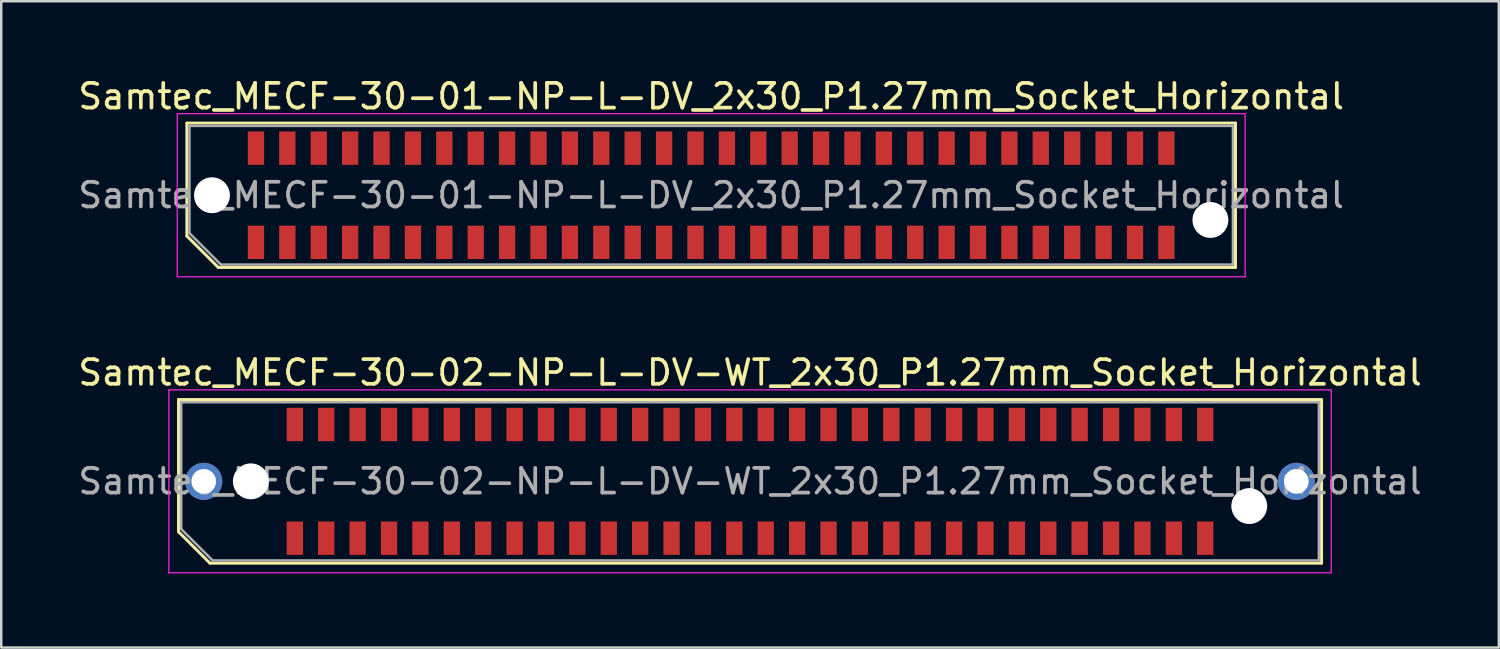
<source format=kicad_pcb>
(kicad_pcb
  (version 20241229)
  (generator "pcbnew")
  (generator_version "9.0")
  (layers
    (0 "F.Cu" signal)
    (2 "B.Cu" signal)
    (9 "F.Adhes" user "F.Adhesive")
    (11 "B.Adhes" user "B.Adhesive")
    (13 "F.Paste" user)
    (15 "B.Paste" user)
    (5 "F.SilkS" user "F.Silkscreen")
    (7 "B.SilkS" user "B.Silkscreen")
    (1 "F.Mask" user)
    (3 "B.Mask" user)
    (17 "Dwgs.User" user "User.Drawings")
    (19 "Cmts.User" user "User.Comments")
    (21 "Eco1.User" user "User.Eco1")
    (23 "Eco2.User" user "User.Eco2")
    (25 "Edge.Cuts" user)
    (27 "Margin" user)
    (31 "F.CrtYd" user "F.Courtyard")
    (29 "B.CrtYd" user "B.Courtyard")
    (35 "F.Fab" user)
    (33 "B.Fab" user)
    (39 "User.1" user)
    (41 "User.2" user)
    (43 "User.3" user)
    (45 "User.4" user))
  (footprint "Samtec_MECF-30-02-NP-L-DV-WT_2x30_P1.27mm_Socket_Horizontal"
    (layer "F.Cu")
    (at 27.292 16.422)
    (property "Reference" "Samtec_MECF-30-02-NP-L-DV-WT_2x30_P1.27mm_Socket_Horizontal" (at 0 -4.4 0) (layer "F.SilkS") (effects (font (size 1 1) (thickness 0.15))))
    (attr smd)
    (fp_line (start -23.12 -3.31) (end 23.12 -3.31) (stroke (width 0.12) (type solid)) (layer "F.SilkS"))
    (fp_line (start -23.12 2.04) (end -23.12 -3.31) (stroke (width 0.12) (type solid)) (layer "F.SilkS"))
    (fp_line (start -21.85 3.31) (end -23.12 2.04) (stroke (width 0.12) (type solid)) (layer "F.SilkS"))
    (fp_line (start -21.85 3.31) (end 23.12 3.31) (stroke (width 0.12) (type solid)) (layer "F.SilkS"))
    (fp_line (start 23.12 3.31) (end 23.12 -3.31) (stroke (width 0.12) (type solid)) (layer "F.SilkS"))
    (fp_line (start -23.51 -3.7) (end -23.51 3.7) (stroke (width 0.05) (type solid)) (layer "F.CrtYd"))
    (fp_line (start -23.51 3.7) (end 23.51 3.7) (stroke (width 0.05) (type solid)) (layer "F.CrtYd"))
    (fp_line (start 23.51 -3.7) (end -23.51 -3.7) (stroke (width 0.05) (type solid)) (layer "F.CrtYd"))
    (fp_line (start 23.51 3.7) (end 23.51 -3.7) (stroke (width 0.05) (type solid)) (layer "F.CrtYd"))
    (fp_line (start -23.01 -3.2) (end 23.01 -3.2) (stroke (width 0.1) (type solid)) (layer "F.Fab"))
    (fp_line (start -23.01 1.93) (end -23.01 -3.2) (stroke (width 0.1) (type solid)) (layer "F.Fab"))
    (fp_line (start -23.01 1.93) (end -21.74 3.2) (stroke (width 0.1) (type solid)) (layer "F.Fab"))
    (fp_line (start -21.74 3.2) (end 23.01 3.2) (stroke (width 0.1) (type solid)) (layer "F.Fab"))
    (fp_line (start 23.01 3.2) (end 23.01 -3.2) (stroke (width 0.1) (type solid)) (layer "F.Fab"))
    (fp_text user "${REFERENCE}" (at 0 0 0) (layer "F.Fab") (effects (font (size 1 1) (thickness 0.15))))
    (pad "" thru_hole circle (at -22.1 0) (size 1.5 1.5) (drill 1) (layers "*.Cu" "*.Mask"))
    (pad "" np_thru_hole circle (at -20.195 0) (size 1.45 1.45) (drill 1.45) (layers "*.Cu" "*.Mask"))
    (pad "" np_thru_hole circle (at 20.195 1) (size 1.45 1.45) (drill 1.45) (layers "*.Cu" "*.Mask"))
    (pad "" thru_hole circle (at 22.1 0) (size 1.5 1.5) (drill 1) (layers "*.Cu" "*.Mask"))
    (pad "1" smd rect (at -18.415 2.3) (size 0.66 1.35) (layers "F.Cu" "F.Mask" "F.Paste"))
    (pad "2" smd rect (at -18.415 -2.3) (size 0.66 1.35) (layers "F.Cu" "F.Mask" "F.Paste"))
    (pad "3" smd rect (at -17.145 2.3) (size 0.66 1.35) (layers "F.Cu" "F.Mask" "F.Paste"))
    (pad "4" smd rect (at -17.145 -2.3) (size 0.66 1.35) (layers "F.Cu" "F.Mask" "F.Paste"))
    (pad "5" smd rect (at -15.875 2.3) (size 0.66 1.35) (layers "F.Cu" "F.Mask" "F.Paste"))
    (pad "6" smd rect (at -15.875 -2.3) (size 0.66 1.35) (layers "F.Cu" "F.Mask" "F.Paste"))
    (pad "7" smd rect (at -14.605 2.3) (size 0.66 1.35) (layers "F.Cu" "F.Mask" "F.Paste"))
    (pad "8" smd rect (at -14.605 -2.3) (size 0.66 1.35) (layers "F.Cu" "F.Mask" "F.Paste"))
    (pad "9" smd rect (at -13.335 2.3) (size 0.66 1.35) (layers "F.Cu" "F.Mask" "F.Paste"))
    (pad "10" smd rect (at -13.335 -2.3) (size 0.66 1.35) (layers "F.Cu" "F.Mask" "F.Paste"))
    (pad "11" smd rect (at -12.065 2.3) (size 0.66 1.35) (layers "F.Cu" "F.Mask" "F.Paste"))
    (pad "12" smd rect (at -12.065 -2.3) (size 0.66 1.35) (layers "F.Cu" "F.Mask" "F.Paste"))
    (pad "13" smd rect (at -10.795 2.3) (size 0.66 1.35) (layers "F.Cu" "F.Mask" "F.Paste"))
    (pad "14" smd rect (at -10.795 -2.3) (size 0.66 1.35) (layers "F.Cu" "F.Mask" "F.Paste"))
    (pad "15" smd rect (at -9.525 2.3) (size 0.66 1.35) (layers "F.Cu" "F.Mask" "F.Paste"))
    (pad "16" smd rect (at -9.525 -2.3) (size 0.66 1.35) (layers "F.Cu" "F.Mask" "F.Paste"))
    (pad "17" smd rect (at -8.255 2.3) (size 0.66 1.35) (layers "F.Cu" "F.Mask" "F.Paste"))
    (pad "18" smd rect (at -8.255 -2.3) (size 0.66 1.35) (layers "F.Cu" "F.Mask" "F.Paste"))
    (pad "19" smd rect (at -6.985 2.3) (size 0.66 1.35) (layers "F.Cu" "F.Mask" "F.Paste"))
    (pad "20" smd rect (at -6.985 -2.3) (size 0.66 1.35) (layers "F.Cu" "F.Mask" "F.Paste"))
    (pad "21" smd rect (at -5.715 2.3) (size 0.66 1.35) (layers "F.Cu" "F.Mask" "F.Paste"))
    (pad "22" smd rect (at -5.715 -2.3) (size 0.66 1.35) (layers "F.Cu" "F.Mask" "F.Paste"))
    (pad "23" smd rect (at -4.445 2.3) (size 0.66 1.35) (layers "F.Cu" "F.Mask" "F.Paste"))
    (pad "24" smd rect (at -4.445 -2.3) (size 0.66 1.35) (layers "F.Cu" "F.Mask" "F.Paste"))
    (pad "25" smd rect (at -3.175 2.3) (size 0.66 1.35) (layers "F.Cu" "F.Mask" "F.Paste"))
    (pad "26" smd rect (at -3.175 -2.3) (size 0.66 1.35) (layers "F.Cu" "F.Mask" "F.Paste"))
    (pad "27" smd rect (at -1.905 2.3) (size 0.66 1.35) (layers "F.Cu" "F.Mask" "F.Paste"))
    (pad "28" smd rect (at -1.905 -2.3) (size 0.66 1.35) (layers "F.Cu" "F.Mask" "F.Paste"))
    (pad "29" smd rect (at -0.635 2.3) (size 0.66 1.35) (layers "F.Cu" "F.Mask" "F.Paste"))
    (pad "30" smd rect (at -0.635 -2.3) (size 0.66 1.35) (layers "F.Cu" "F.Mask" "F.Paste"))
    (pad "31" smd rect (at 0.635 2.3) (size 0.66 1.35) (layers "F.Cu" "F.Mask" "F.Paste"))
    (pad "32" smd rect (at 0.635 -2.3) (size 0.66 1.35) (layers "F.Cu" "F.Mask" "F.Paste"))
    (pad "33" smd rect (at 1.905 2.3) (size 0.66 1.35) (layers "F.Cu" "F.Mask" "F.Paste"))
    (pad "34" smd rect (at 1.905 -2.3) (size 0.66 1.35) (layers "F.Cu" "F.Mask" "F.Paste"))
    (pad "35" smd rect (at 3.175 2.3) (size 0.66 1.35) (layers "F.Cu" "F.Mask" "F.Paste"))
    (pad "36" smd rect (at 3.175 -2.3) (size 0.66 1.35) (layers "F.Cu" "F.Mask" "F.Paste"))
    (pad "37" smd rect (at 4.445 2.3) (size 0.66 1.35) (layers "F.Cu" "F.Mask" "F.Paste"))
    (pad "38" smd rect (at 4.445 -2.3) (size 0.66 1.35) (layers "F.Cu" "F.Mask" "F.Paste"))
    (pad "39" smd rect (at 5.715 2.3) (size 0.66 1.35) (layers "F.Cu" "F.Mask" "F.Paste"))
    (pad "40" smd rect (at 5.715 -2.3) (size 0.66 1.35) (layers "F.Cu" "F.Mask" "F.Paste"))
    (pad "41" smd rect (at 6.985 2.3) (size 0.66 1.35) (layers "F.Cu" "F.Mask" "F.Paste"))
    (pad "42" smd rect (at 6.985 -2.3) (size 0.66 1.35) (layers "F.Cu" "F.Mask" "F.Paste"))
    (pad "43" smd rect (at 8.255 2.3) (size 0.66 1.35) (layers "F.Cu" "F.Mask" "F.Paste"))
    (pad "44" smd rect (at 8.255 -2.3) (size 0.66 1.35) (layers "F.Cu" "F.Mask" "F.Paste"))
    (pad "45" smd rect (at 9.525 2.3) (size 0.66 1.35) (layers "F.Cu" "F.Mask" "F.Paste"))
    (pad "46" smd rect (at 9.525 -2.3) (size 0.66 1.35) (layers "F.Cu" "F.Mask" "F.Paste"))
    (pad "47" smd rect (at 10.795 2.3) (size 0.66 1.35) (layers "F.Cu" "F.Mask" "F.Paste"))
    (pad "48" smd rect (at 10.795 -2.3) (size 0.66 1.35) (layers "F.Cu" "F.Mask" "F.Paste"))
    (pad "49" smd rect (at 12.065 2.3) (size 0.66 1.35) (layers "F.Cu" "F.Mask" "F.Paste"))
    (pad "50" smd rect (at 12.065 -2.3) (size 0.66 1.35) (layers "F.Cu" "F.Mask" "F.Paste"))
    (pad "51" smd rect (at 13.335 2.3) (size 0.66 1.35) (layers "F.Cu" "F.Mask" "F.Paste"))
    (pad "52" smd rect (at 13.335 -2.3) (size 0.66 1.35) (layers "F.Cu" "F.Mask" "F.Paste"))
    (pad "53" smd rect (at 14.605 2.3) (size 0.66 1.35) (layers "F.Cu" "F.Mask" "F.Paste"))
    (pad "54" smd rect (at 14.605 -2.3) (size 0.66 1.35) (layers "F.Cu" "F.Mask" "F.Paste"))
    (pad "55" smd rect (at 15.875 2.3) (size 0.66 1.35) (layers "F.Cu" "F.Mask" "F.Paste"))
    (pad "56" smd rect (at 15.875 -2.3) (size 0.66 1.35) (layers "F.Cu" "F.Mask" "F.Paste"))
    (pad "57" smd rect (at 17.145 2.3) (size 0.66 1.35) (layers "F.Cu" "F.Mask" "F.Paste"))
    (pad "58" smd rect (at 17.145 -2.3) (size 0.66 1.35) (layers "F.Cu" "F.Mask" "F.Paste"))
    (pad "59" smd rect (at 18.415 2.3) (size 0.66 1.35) (layers "F.Cu" "F.Mask" "F.Paste"))
    (pad "60" smd rect (at 18.415 -2.3) (size 0.66 1.35) (layers "F.Cu" "F.Mask" "F.Paste")))
  (footprint "Samtec_MECF-30-01-NP-L-DV_2x30_P1.27mm_Socket_Horizontal"
    (layer "F.Cu")
    (at 25.72 4.848)
    (property "Reference" "Samtec_MECF-30-01-NP-L-DV_2x30_P1.27mm_Socket_Horizontal" (at 0 -4 0) (layer "F.SilkS") (effects (font (size 1 1) (thickness 0.15))))
    (attr smd)
    (fp_line (start -21.21 -2.92) (end 21.21 -2.92) (stroke (width 0.12) (type solid)) (layer "F.SilkS"))
    (fp_line (start -21.21 1.65) (end -21.21 -2.92) (stroke (width 0.12) (type solid)) (layer "F.SilkS"))
    (fp_line (start -19.94 2.92) (end -21.21 1.65) (stroke (width 0.12) (type solid)) (layer "F.SilkS"))
    (fp_line (start -19.94 2.92) (end 21.21 2.92) (stroke (width 0.12) (type solid)) (layer "F.SilkS"))
    (fp_line (start 21.21 2.92) (end 21.21 -2.92) (stroke (width 0.12) (type solid)) (layer "F.SilkS"))
    (fp_line (start -21.6 -3.3) (end -21.6 3.3) (stroke (width 0.05) (type solid)) (layer "F.CrtYd"))
    (fp_line (start -21.6 3.3) (end 21.6 3.3) (stroke (width 0.05) (type solid)) (layer "F.CrtYd"))
    (fp_line (start 21.6 -3.3) (end -21.6 -3.3) (stroke (width 0.05) (type solid)) (layer "F.CrtYd"))
    (fp_line (start 21.6 3.3) (end 21.6 -3.3) (stroke (width 0.05) (type solid)) (layer "F.CrtYd"))
    (fp_line (start -21.105 -2.805) (end 21.105 -2.805) (stroke (width 0.1) (type solid)) (layer "F.Fab"))
    (fp_line (start -21.105 1.535) (end -21.105 -2.805) (stroke (width 0.1) (type solid)) (layer "F.Fab"))
    (fp_line (start -21.105 1.535) (end -19.835 2.805) (stroke (width 0.1) (type solid)) (layer "F.Fab"))
    (fp_line (start -19.835 2.805) (end 21.105 2.805) (stroke (width 0.1) (type solid)) (layer "F.Fab"))
    (fp_line (start 21.105 2.805) (end 21.105 -2.805) (stroke (width 0.1) (type solid)) (layer "F.Fab"))
    (fp_text user "${REFERENCE}" (at 0 0 0) (layer "F.Fab") (effects (font (size 1 1) (thickness 0.15))))
    (pad "" np_thru_hole circle (at -20.195 0) (size 1.45 1.45) (drill 1.45) (layers "*.Cu" "*.Mask"))
    (pad "" np_thru_hole circle (at 20.195 1) (size 1.45 1.45) (drill 1.45) (layers "*.Cu" "*.Mask"))
    (pad "1" smd rect (at -18.415 1.905) (size 0.66 1.35) (layers "F.Cu" "F.Mask" "F.Paste"))
    (pad "2" smd rect (at -18.415 -1.905) (size 0.66 1.35) (layers "F.Cu" "F.Mask" "F.Paste"))
    (pad "3" smd rect (at -17.145 1.905) (size 0.66 1.35) (layers "F.Cu" "F.Mask" "F.Paste"))
    (pad "4" smd rect (at -17.145 -1.905) (size 0.66 1.35) (layers "F.Cu" "F.Mask" "F.Paste"))
    (pad "5" smd rect (at -15.875 1.905) (size 0.66 1.35) (layers "F.Cu" "F.Mask" "F.Paste"))
    (pad "6" smd rect (at -15.875 -1.905) (size 0.66 1.35) (layers "F.Cu" "F.Mask" "F.Paste"))
    (pad "7" smd rect (at -14.605 1.905) (size 0.66 1.35) (layers "F.Cu" "F.Mask" "F.Paste"))
    (pad "8" smd rect (at -14.605 -1.905) (size 0.66 1.35) (layers "F.Cu" "F.Mask" "F.Paste"))
    (pad "9" smd rect (at -13.335 1.905) (size 0.66 1.35) (layers "F.Cu" "F.Mask" "F.Paste"))
    (pad "10" smd rect (at -13.335 -1.905) (size 0.66 1.35) (layers "F.Cu" "F.Mask" "F.Paste"))
    (pad "11" smd rect (at -12.065 1.905) (size 0.66 1.35) (layers "F.Cu" "F.Mask" "F.Paste"))
    (pad "12" smd rect (at -12.065 -1.905) (size 0.66 1.35) (layers "F.Cu" "F.Mask" "F.Paste"))
    (pad "13" smd rect (at -10.795 1.905) (size 0.66 1.35) (layers "F.Cu" "F.Mask" "F.Paste"))
    (pad "14" smd rect (at -10.795 -1.905) (size 0.66 1.35) (layers "F.Cu" "F.Mask" "F.Paste"))
    (pad "15" smd rect (at -9.525 1.905) (size 0.66 1.35) (layers "F.Cu" "F.Mask" "F.Paste"))
    (pad "16" smd rect (at -9.525 -1.905) (size 0.66 1.35) (layers "F.Cu" "F.Mask" "F.Paste"))
    (pad "17" smd rect (at -8.255 1.905) (size 0.66 1.35) (layers "F.Cu" "F.Mask" "F.Paste"))
    (pad "18" smd rect (at -8.255 -1.905) (size 0.66 1.35) (layers "F.Cu" "F.Mask" "F.Paste"))
    (pad "19" smd rect (at -6.985 1.905) (size 0.66 1.35) (layers "F.Cu" "F.Mask" "F.Paste"))
    (pad "20" smd rect (at -6.985 -1.905) (size 0.66 1.35) (layers "F.Cu" "F.Mask" "F.Paste"))
    (pad "21" smd rect (at -5.715 1.905) (size 0.66 1.35) (layers "F.Cu" "F.Mask" "F.Paste"))
    (pad "22" smd rect (at -5.715 -1.905) (size 0.66 1.35) (layers "F.Cu" "F.Mask" "F.Paste"))
    (pad "23" smd rect (at -4.445 1.905) (size 0.66 1.35) (layers "F.Cu" "F.Mask" "F.Paste"))
    (pad "24" smd rect (at -4.445 -1.905) (size 0.66 1.35) (layers "F.Cu" "F.Mask" "F.Paste"))
    (pad "25" smd rect (at -3.175 1.905) (size 0.66 1.35) (layers "F.Cu" "F.Mask" "F.Paste"))
    (pad "26" smd rect (at -3.175 -1.905) (size 0.66 1.35) (layers "F.Cu" "F.Mask" "F.Paste"))
    (pad "27" smd rect (at -1.905 1.905) (size 0.66 1.35) (layers "F.Cu" "F.Mask" "F.Paste"))
    (pad "28" smd rect (at -1.905 -1.905) (size 0.66 1.35) (layers "F.Cu" "F.Mask" "F.Paste"))
    (pad "29" smd rect (at -0.635 1.905) (size 0.66 1.35) (layers "F.Cu" "F.Mask" "F.Paste"))
    (pad "30" smd rect (at -0.635 -1.905) (size 0.66 1.35) (layers "F.Cu" "F.Mask" "F.Paste"))
    (pad "31" smd rect (at 0.635 1.905) (size 0.66 1.35) (layers "F.Cu" "F.Mask" "F.Paste"))
    (pad "32" smd rect (at 0.635 -1.905) (size 0.66 1.35) (layers "F.Cu" "F.Mask" "F.Paste"))
    (pad "33" smd rect (at 1.905 1.905) (size 0.66 1.35) (layers "F.Cu" "F.Mask" "F.Paste"))
    (pad "34" smd rect (at 1.905 -1.905) (size 0.66 1.35) (layers "F.Cu" "F.Mask" "F.Paste"))
    (pad "35" smd rect (at 3.175 1.905) (size 0.66 1.35) (layers "F.Cu" "F.Mask" "F.Paste"))
    (pad "36" smd rect (at 3.175 -1.905) (size 0.66 1.35) (layers "F.Cu" "F.Mask" "F.Paste"))
    (pad "37" smd rect (at 4.445 1.905) (size 0.66 1.35) (layers "F.Cu" "F.Mask" "F.Paste"))
    (pad "38" smd rect (at 4.445 -1.905) (size 0.66 1.35) (layers "F.Cu" "F.Mask" "F.Paste"))
    (pad "39" smd rect (at 5.715 1.905) (size 0.66 1.35) (layers "F.Cu" "F.Mask" "F.Paste"))
    (pad "40" smd rect (at 5.715 -1.905) (size 0.66 1.35) (layers "F.Cu" "F.Mask" "F.Paste"))
    (pad "41" smd rect (at 6.985 1.905) (size 0.66 1.35) (layers "F.Cu" "F.Mask" "F.Paste"))
    (pad "42" smd rect (at 6.985 -1.905) (size 0.66 1.35) (layers "F.Cu" "F.Mask" "F.Paste"))
    (pad "43" smd rect (at 8.255 1.905) (size 0.66 1.35) (layers "F.Cu" "F.Mask" "F.Paste"))
    (pad "44" smd rect (at 8.255 -1.905) (size 0.66 1.35) (layers "F.Cu" "F.Mask" "F.Paste"))
    (pad "45" smd rect (at 9.525 1.905) (size 0.66 1.35) (layers "F.Cu" "F.Mask" "F.Paste"))
    (pad "46" smd rect (at 9.525 -1.905) (size 0.66 1.35) (layers "F.Cu" "F.Mask" "F.Paste"))
    (pad "47" smd rect (at 10.795 1.905) (size 0.66 1.35) (layers "F.Cu" "F.Mask" "F.Paste"))
    (pad "48" smd rect (at 10.795 -1.905) (size 0.66 1.35) (layers "F.Cu" "F.Mask" "F.Paste"))
    (pad "49" smd rect (at 12.065 1.905) (size 0.66 1.35) (layers "F.Cu" "F.Mask" "F.Paste"))
    (pad "50" smd rect (at 12.065 -1.905) (size 0.66 1.35) (layers "F.Cu" "F.Mask" "F.Paste"))
    (pad "51" smd rect (at 13.335 1.905) (size 0.66 1.35) (layers "F.Cu" "F.Mask" "F.Paste"))
    (pad "52" smd rect (at 13.335 -1.905) (size 0.66 1.35) (layers "F.Cu" "F.Mask" "F.Paste"))
    (pad "53" smd rect (at 14.605 1.905) (size 0.66 1.35) (layers "F.Cu" "F.Mask" "F.Paste"))
    (pad "54" smd rect (at 14.605 -1.905) (size 0.66 1.35) (layers "F.Cu" "F.Mask" "F.Paste"))
    (pad "55" smd rect (at 15.875 1.905) (size 0.66 1.35) (layers "F.Cu" "F.Mask" "F.Paste"))
    (pad "56" smd rect (at 15.875 -1.905) (size 0.66 1.35) (layers "F.Cu" "F.Mask" "F.Paste"))
    (pad "57" smd rect (at 17.145 1.905) (size 0.66 1.35) (layers "F.Cu" "F.Mask" "F.Paste"))
    (pad "58" smd rect (at 17.145 -1.905) (size 0.66 1.35) (layers "F.Cu" "F.Mask" "F.Paste"))
    (pad "59" smd rect (at 18.415 1.905) (size 0.66 1.35) (layers "F.Cu" "F.Mask" "F.Paste"))
    (pad "60" smd rect (at 18.415 -1.905) (size 0.66 1.35) (layers "F.Cu" "F.Mask" "F.Paste")))
  (gr_rect
    (start -3 -3)
    (end 57.583 23.146)
    (stroke (width 0.1) (type default))
    (fill no)
    (layer "Edge.Cuts")))
</source>
